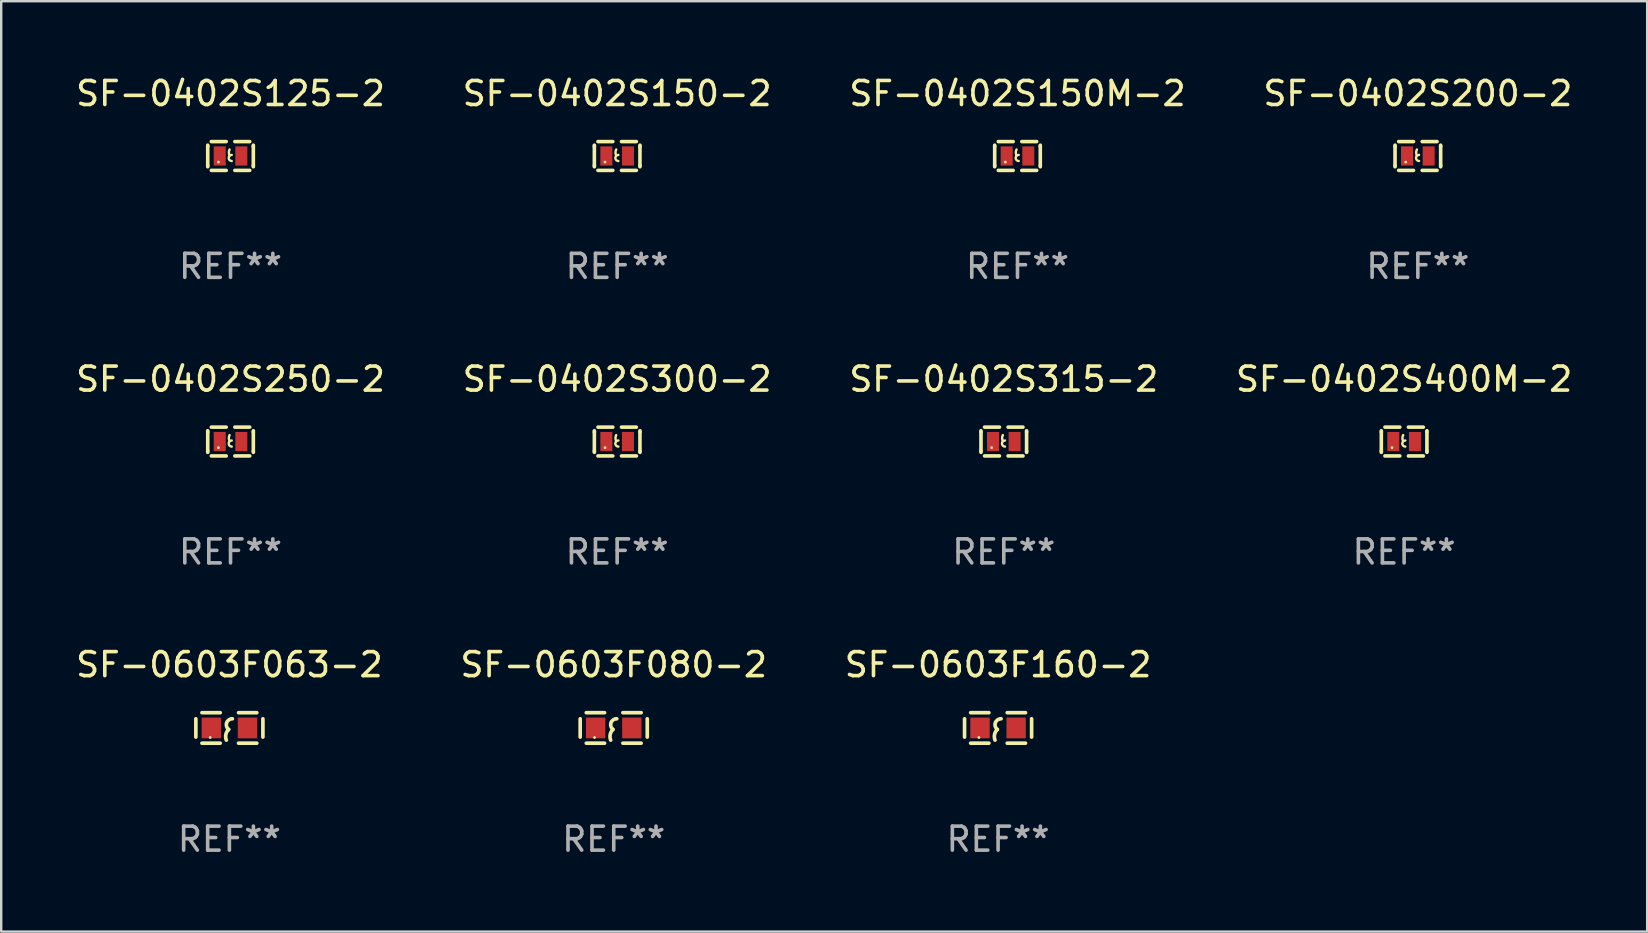
<source format=kicad_pcb>
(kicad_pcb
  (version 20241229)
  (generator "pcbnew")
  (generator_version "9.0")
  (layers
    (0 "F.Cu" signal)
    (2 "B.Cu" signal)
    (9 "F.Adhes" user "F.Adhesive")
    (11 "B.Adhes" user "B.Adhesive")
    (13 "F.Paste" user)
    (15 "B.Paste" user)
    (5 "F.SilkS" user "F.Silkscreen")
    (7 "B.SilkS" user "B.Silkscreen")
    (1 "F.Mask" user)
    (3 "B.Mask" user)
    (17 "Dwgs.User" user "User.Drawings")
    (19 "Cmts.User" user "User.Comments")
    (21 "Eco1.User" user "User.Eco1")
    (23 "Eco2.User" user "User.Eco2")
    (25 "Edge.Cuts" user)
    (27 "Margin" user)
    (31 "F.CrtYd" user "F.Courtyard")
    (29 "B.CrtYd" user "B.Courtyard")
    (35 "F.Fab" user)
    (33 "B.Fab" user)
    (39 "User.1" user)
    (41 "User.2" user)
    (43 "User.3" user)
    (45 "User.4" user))
  (footprint "SF-0603F160-2"
    (layer "F.Cu")
    (at 38.53 27.276)
    (property "Reference" "SF-0603F160-2" (at 0 -2.635 0) (layer "F.SilkS") (effects (font (size 1 1) (thickness 0.15))))
    (attr through_hole)
    (fp_line (start -1.397 -0.381) (end -1.397 0.381) (stroke (width 0.152) (type solid)) (layer "F.SilkS"))
    (fp_line (start -0.381 -0.635) (end -1.143 -0.635) (stroke (width 0.152) (type solid)) (layer "F.SilkS"))
    (fp_line (start -0.381 0.635) (end -1.143 0.635) (stroke (width 0.152) (type solid)) (layer "F.SilkS"))
    (fp_line (start 0.381 -0.635) (end 1.143 -0.635) (stroke (width 0.152) (type solid)) (layer "F.SilkS"))
    (fp_line (start 0.381 0.635) (end 1.143 0.635) (stroke (width 0.152) (type solid)) (layer "F.SilkS"))
    (fp_line (start 1.397 -0.381) (end 1.397 0.381) (stroke (width 0.152) (type solid)) (layer "F.SilkS"))
    (fp_arc (start -0.127 0.508001) (mid -0.146523 0.271131) (end -0.030861 0.0635) (stroke (width 0.151994) (type solid)) (layer "F.SilkS"))
    (fp_arc (start -0.03175 0.0635) (mid -0.113571 -0.216321) (end 0.127001 -0.381002) (stroke (width 0.151994) (type solid)) (layer "F.SilkS"))
    (fp_circle (center -0.8 0.4) (end -0.77 0.4) (stroke (width 0.06) (type solid)) (fill no) (layer "F.SilkS"))
    (fp_text user "REF**" (at 0 4.635 0) (layer "F.Fab") (effects (font (size 1 1) (thickness 0.15))))
    (pad "1" smd rect (at -0.753 0) (size 0.806 0.864) (layers "F.Cu" "F.Mask" "F.Paste"))
    (pad "2" smd rect (at 0.753 0) (size 0.806 0.864) (layers "F.Cu" "F.Mask" "F.Paste")))
  (footprint "SF-0402S150M-2"
    (layer "F.Cu")
    (at 39.339 3.448)
    (property "Reference" "SF-0402S150M-2" (at 0 -2.6 0) (layer "F.SilkS") (effects (font (size 1 1) (thickness 0.15))))
    (attr through_hole)
    (fp_line (start -0.95 -0.45) (end -0.95 -0.4) (stroke (width 0.15) (type solid)) (layer "F.SilkS"))
    (fp_line (start -0.95 -0.4) (end -0.95 0.4) (stroke (width 0.15) (type solid)) (layer "F.SilkS"))
    (fp_line (start -0.95 0.45) (end -0.95 0.4) (stroke (width 0.15) (type solid)) (layer "F.SilkS"))
    (fp_line (start -0.18 -0.6) (end -0.8 -0.6) (stroke (width 0.15) (type solid)) (layer "F.SilkS"))
    (fp_line (start -0.18 0.6) (end -0.8 0.6) (stroke (width 0.15) (type solid)) (layer "F.SilkS"))
    (fp_line (start 0.18 -0.6) (end 0.8 -0.6) (stroke (width 0.15) (type solid)) (layer "F.SilkS"))
    (fp_line (start 0.18 0.6) (end 0.8 0.6) (stroke (width 0.15) (type solid)) (layer "F.SilkS"))
    (fp_line (start 0.95 -0.45) (end 0.95 -0.4) (stroke (width 0.15) (type solid)) (layer "F.SilkS"))
    (fp_line (start 0.95 -0.4) (end 0.95 0.4) (stroke (width 0.15) (type solid)) (layer "F.SilkS"))
    (fp_line (start 0.95 0.45) (end 0.95 0.4) (stroke (width 0.15) (type solid)) (layer "F.SilkS"))
    (fp_arc (start -0.039942 -0.016052) (mid -0.069923 -0.143053) (end -0.039942 -0.270053) (stroke (width 0.1) (type solid)) (layer "F.SilkS"))
    (fp_arc (start 0.050076 0.209957) (mid -0.076924 0.082957) (end 0.050076 -0.044043) (stroke (width 0.1) (type solid)) (layer "F.SilkS"))
    (fp_circle (center -0.505 0.253) (end -0.475 0.253) (stroke (width 0.06) (type solid)) (fill no) (layer "F.SilkS"))
    (fp_text user "REF**" (at 0 4.6 0) (layer "F.Fab") (effects (font (size 1 1) (thickness 0.15))))
    (pad "1" smd rect (at -0.45 -0.000051) (size 0.5 0.8) (layers "F.Cu" "F.Mask" "F.Paste"))
    (pad "2" smd rect (at 0.45 -0.000051) (size 0.5 0.8) (layers "F.Cu" "F.Mask" "F.Paste")))
  (footprint "SF-0402S125-2"
    (layer "F.Cu")
    (at 6.554 3.448)
    (property "Reference" "SF-0402S125-2" (at 0 -2.6 0) (layer "F.SilkS") (effects (font (size 1 1) (thickness 0.15))))
    (attr through_hole)
    (fp_line (start -0.95 -0.45) (end -0.95 -0.4) (stroke (width 0.15) (type solid)) (layer "F.SilkS"))
    (fp_line (start -0.95 -0.4) (end -0.95 0.4) (stroke (width 0.15) (type solid)) (layer "F.SilkS"))
    (fp_line (start -0.95 0.45) (end -0.95 0.4) (stroke (width 0.15) (type solid)) (layer "F.SilkS"))
    (fp_line (start -0.18 -0.6) (end -0.8 -0.6) (stroke (width 0.15) (type solid)) (layer "F.SilkS"))
    (fp_line (start -0.18 0.6) (end -0.8 0.6) (stroke (width 0.15) (type solid)) (layer "F.SilkS"))
    (fp_line (start 0.18 -0.6) (end 0.8 -0.6) (stroke (width 0.15) (type solid)) (layer "F.SilkS"))
    (fp_line (start 0.18 0.6) (end 0.8 0.6) (stroke (width 0.15) (type solid)) (layer "F.SilkS"))
    (fp_line (start 0.95 -0.45) (end 0.95 -0.4) (stroke (width 0.15) (type solid)) (layer "F.SilkS"))
    (fp_line (start 0.95 -0.4) (end 0.95 0.4) (stroke (width 0.15) (type solid)) (layer "F.SilkS"))
    (fp_line (start 0.95 0.45) (end 0.95 0.4) (stroke (width 0.15) (type solid)) (layer "F.SilkS"))
    (fp_arc (start -0.039942 -0.016052) (mid -0.069923 -0.143053) (end -0.039942 -0.270053) (stroke (width 0.1) (type solid)) (layer "F.SilkS"))
    (fp_arc (start 0.050076 0.209957) (mid -0.076924 0.082957) (end 0.050076 -0.044043) (stroke (width 0.1) (type solid)) (layer "F.SilkS"))
    (fp_circle (center -0.505 0.253) (end -0.475 0.253) (stroke (width 0.06) (type solid)) (fill no) (layer "F.SilkS"))
    (fp_text user "REF**" (at 0 4.6 0) (layer "F.Fab") (effects (font (size 1 1) (thickness 0.15))))
    (pad "1" smd rect (at -0.45 -0.000051) (size 0.5 0.8) (layers "F.Cu" "F.Mask" "F.Paste"))
    (pad "2" smd rect (at 0.45 -0.000051) (size 0.5 0.8) (layers "F.Cu" "F.Mask" "F.Paste")))
  (footprint "SF-0603F063-2"
    (layer "F.Cu")
    (at 6.506 27.276)
    (property "Reference" "SF-0603F063-2" (at 0 -2.635 0) (layer "F.SilkS") (effects (font (size 1 1) (thickness 0.15))))
    (attr through_hole)
    (fp_line (start -1.397 -0.381) (end -1.397 0.381) (stroke (width 0.152) (type solid)) (layer "F.SilkS"))
    (fp_line (start -0.381 -0.635) (end -1.143 -0.635) (stroke (width 0.152) (type solid)) (layer "F.SilkS"))
    (fp_line (start -0.381 0.635) (end -1.143 0.635) (stroke (width 0.152) (type solid)) (layer "F.SilkS"))
    (fp_line (start 0.381 -0.635) (end 1.143 -0.635) (stroke (width 0.152) (type solid)) (layer "F.SilkS"))
    (fp_line (start 0.381 0.635) (end 1.143 0.635) (stroke (width 0.152) (type solid)) (layer "F.SilkS"))
    (fp_line (start 1.397 -0.381) (end 1.397 0.381) (stroke (width 0.152) (type solid)) (layer "F.SilkS"))
    (fp_arc (start -0.127 0.508001) (mid -0.146523 0.271131) (end -0.030861 0.0635) (stroke (width 0.151994) (type solid)) (layer "F.SilkS"))
    (fp_arc (start -0.03175 0.0635) (mid -0.113571 -0.216321) (end 0.127001 -0.381002) (stroke (width 0.151994) (type solid)) (layer "F.SilkS"))
    (fp_circle (center -0.8 0.4) (end -0.77 0.4) (stroke (width 0.06) (type solid)) (fill no) (layer "F.SilkS"))
    (fp_text user "REF**" (at 0 4.635 0) (layer "F.Fab") (effects (font (size 1 1) (thickness 0.15))))
    (pad "1" smd rect (at -0.753 0) (size 0.806 0.864) (layers "F.Cu" "F.Mask" "F.Paste"))
    (pad "2" smd rect (at 0.753 0) (size 0.806 0.864) (layers "F.Cu" "F.Mask" "F.Paste")))
  (footprint "SF-0402S400M-2"
    (layer "F.Cu")
    (at 55.446 15.345)
    (property "Reference" "SF-0402S400M-2" (at 0 -2.6 0) (layer "F.SilkS") (effects (font (size 1 1) (thickness 0.15))))
    (attr through_hole)
    (fp_line (start -0.95 -0.45) (end -0.95 -0.4) (stroke (width 0.15) (type solid)) (layer "F.SilkS"))
    (fp_line (start -0.95 -0.4) (end -0.95 0.4) (stroke (width 0.15) (type solid)) (layer "F.SilkS"))
    (fp_line (start -0.95 0.45) (end -0.95 0.4) (stroke (width 0.15) (type solid)) (layer "F.SilkS"))
    (fp_line (start -0.18 -0.6) (end -0.8 -0.6) (stroke (width 0.15) (type solid)) (layer "F.SilkS"))
    (fp_line (start -0.18 0.6) (end -0.8 0.6) (stroke (width 0.15) (type solid)) (layer "F.SilkS"))
    (fp_line (start 0.18 -0.6) (end 0.8 -0.6) (stroke (width 0.15) (type solid)) (layer "F.SilkS"))
    (fp_line (start 0.18 0.6) (end 0.8 0.6) (stroke (width 0.15) (type solid)) (layer "F.SilkS"))
    (fp_line (start 0.95 -0.45) (end 0.95 -0.4) (stroke (width 0.15) (type solid)) (layer "F.SilkS"))
    (fp_line (start 0.95 -0.4) (end 0.95 0.4) (stroke (width 0.15) (type solid)) (layer "F.SilkS"))
    (fp_line (start 0.95 0.45) (end 0.95 0.4) (stroke (width 0.15) (type solid)) (layer "F.SilkS"))
    (fp_arc (start -0.039942 -0.016052) (mid -0.069923 -0.143053) (end -0.039942 -0.270053) (stroke (width 0.1) (type solid)) (layer "F.SilkS"))
    (fp_arc (start 0.050076 0.209957) (mid -0.076924 0.082957) (end 0.050076 -0.044043) (stroke (width 0.1) (type solid)) (layer "F.SilkS"))
    (fp_circle (center -0.505 0.253) (end -0.475 0.253) (stroke (width 0.06) (type solid)) (fill no) (layer "F.SilkS"))
    (fp_text user "REF**" (at 0 4.6 0) (layer "F.Fab") (effects (font (size 1 1) (thickness 0.15))))
    (pad "1" smd rect (at -0.45 -0.000051) (size 0.5 0.8) (layers "F.Cu" "F.Mask" "F.Paste"))
    (pad "2" smd rect (at 0.45 -0.000051) (size 0.5 0.8) (layers "F.Cu" "F.Mask" "F.Paste")))
  (footprint "SF-0402S315-2"
    (layer "F.Cu")
    (at 38.768 15.345)
    (property "Reference" "SF-0402S315-2" (at 0 -2.6 0) (layer "F.SilkS") (effects (font (size 1 1) (thickness 0.15))))
    (attr through_hole)
    (fp_line (start -0.95 -0.45) (end -0.95 -0.4) (stroke (width 0.15) (type solid)) (layer "F.SilkS"))
    (fp_line (start -0.95 -0.4) (end -0.95 0.4) (stroke (width 0.15) (type solid)) (layer "F.SilkS"))
    (fp_line (start -0.95 0.45) (end -0.95 0.4) (stroke (width 0.15) (type solid)) (layer "F.SilkS"))
    (fp_line (start -0.18 -0.6) (end -0.8 -0.6) (stroke (width 0.15) (type solid)) (layer "F.SilkS"))
    (fp_line (start -0.18 0.6) (end -0.8 0.6) (stroke (width 0.15) (type solid)) (layer "F.SilkS"))
    (fp_line (start 0.18 -0.6) (end 0.8 -0.6) (stroke (width 0.15) (type solid)) (layer "F.SilkS"))
    (fp_line (start 0.18 0.6) (end 0.8 0.6) (stroke (width 0.15) (type solid)) (layer "F.SilkS"))
    (fp_line (start 0.95 -0.45) (end 0.95 -0.4) (stroke (width 0.15) (type solid)) (layer "F.SilkS"))
    (fp_line (start 0.95 -0.4) (end 0.95 0.4) (stroke (width 0.15) (type solid)) (layer "F.SilkS"))
    (fp_line (start 0.95 0.45) (end 0.95 0.4) (stroke (width 0.15) (type solid)) (layer "F.SilkS"))
    (fp_arc (start -0.039942 -0.016052) (mid -0.069923 -0.143053) (end -0.039942 -0.270053) (stroke (width 0.1) (type solid)) (layer "F.SilkS"))
    (fp_arc (start 0.050076 0.209957) (mid -0.076924 0.082957) (end 0.050076 -0.044043) (stroke (width 0.1) (type solid)) (layer "F.SilkS"))
    (fp_circle (center -0.505 0.253) (end -0.475 0.253) (stroke (width 0.06) (type solid)) (fill no) (layer "F.SilkS"))
    (fp_text user "REF**" (at 0 4.6 0) (layer "F.Fab") (effects (font (size 1 1) (thickness 0.15))))
    (pad "1" smd rect (at -0.45 -0.000051) (size 0.5 0.8) (layers "F.Cu" "F.Mask" "F.Paste"))
    (pad "2" smd rect (at 0.45 -0.000051) (size 0.5 0.8) (layers "F.Cu" "F.Mask" "F.Paste")))
  (footprint "SF-0402S200-2"
    (layer "F.Cu")
    (at 56.018 3.448)
    (property "Reference" "SF-0402S200-2" (at 0 -2.6 0) (layer "F.SilkS") (effects (font (size 1 1) (thickness 0.15))))
    (attr through_hole)
    (fp_line (start -0.95 -0.45) (end -0.95 -0.4) (stroke (width 0.15) (type solid)) (layer "F.SilkS"))
    (fp_line (start -0.95 -0.4) (end -0.95 0.4) (stroke (width 0.15) (type solid)) (layer "F.SilkS"))
    (fp_line (start -0.95 0.45) (end -0.95 0.4) (stroke (width 0.15) (type solid)) (layer "F.SilkS"))
    (fp_line (start -0.18 -0.6) (end -0.8 -0.6) (stroke (width 0.15) (type solid)) (layer "F.SilkS"))
    (fp_line (start -0.18 0.6) (end -0.8 0.6) (stroke (width 0.15) (type solid)) (layer "F.SilkS"))
    (fp_line (start 0.18 -0.6) (end 0.8 -0.6) (stroke (width 0.15) (type solid)) (layer "F.SilkS"))
    (fp_line (start 0.18 0.6) (end 0.8 0.6) (stroke (width 0.15) (type solid)) (layer "F.SilkS"))
    (fp_line (start 0.95 -0.45) (end 0.95 -0.4) (stroke (width 0.15) (type solid)) (layer "F.SilkS"))
    (fp_line (start 0.95 -0.4) (end 0.95 0.4) (stroke (width 0.15) (type solid)) (layer "F.SilkS"))
    (fp_line (start 0.95 0.45) (end 0.95 0.4) (stroke (width 0.15) (type solid)) (layer "F.SilkS"))
    (fp_arc (start -0.039942 -0.016052) (mid -0.069923 -0.143053) (end -0.039942 -0.270053) (stroke (width 0.1) (type solid)) (layer "F.SilkS"))
    (fp_arc (start 0.050076 0.209957) (mid -0.076924 0.082957) (end 0.050076 -0.044043) (stroke (width 0.1) (type solid)) (layer "F.SilkS"))
    (fp_circle (center -0.505 0.253) (end -0.475 0.253) (stroke (width 0.06) (type solid)) (fill no) (layer "F.SilkS"))
    (fp_text user "REF**" (at 0 4.6 0) (layer "F.Fab") (effects (font (size 1 1) (thickness 0.15))))
    (pad "1" smd rect (at -0.45 -0.000051) (size 0.5 0.8) (layers "F.Cu" "F.Mask" "F.Paste"))
    (pad "2" smd rect (at 0.45 -0.000051) (size 0.5 0.8) (layers "F.Cu" "F.Mask" "F.Paste")))
  (footprint "SF-0402S250-2"
    (layer "F.Cu")
    (at 6.554 15.345)
    (property "Reference" "SF-0402S250-2" (at 0 -2.6 0) (layer "F.SilkS") (effects (font (size 1 1) (thickness 0.15))))
    (attr through_hole)
    (fp_line (start -0.95 -0.45) (end -0.95 -0.4) (stroke (width 0.15) (type solid)) (layer "F.SilkS"))
    (fp_line (start -0.95 -0.4) (end -0.95 0.4) (stroke (width 0.15) (type solid)) (layer "F.SilkS"))
    (fp_line (start -0.95 0.45) (end -0.95 0.4) (stroke (width 0.15) (type solid)) (layer "F.SilkS"))
    (fp_line (start -0.18 -0.6) (end -0.8 -0.6) (stroke (width 0.15) (type solid)) (layer "F.SilkS"))
    (fp_line (start -0.18 0.6) (end -0.8 0.6) (stroke (width 0.15) (type solid)) (layer "F.SilkS"))
    (fp_line (start 0.18 -0.6) (end 0.8 -0.6) (stroke (width 0.15) (type solid)) (layer "F.SilkS"))
    (fp_line (start 0.18 0.6) (end 0.8 0.6) (stroke (width 0.15) (type solid)) (layer "F.SilkS"))
    (fp_line (start 0.95 -0.45) (end 0.95 -0.4) (stroke (width 0.15) (type solid)) (layer "F.SilkS"))
    (fp_line (start 0.95 -0.4) (end 0.95 0.4) (stroke (width 0.15) (type solid)) (layer "F.SilkS"))
    (fp_line (start 0.95 0.45) (end 0.95 0.4) (stroke (width 0.15) (type solid)) (layer "F.SilkS"))
    (fp_arc (start -0.039942 -0.016052) (mid -0.069923 -0.143053) (end -0.039942 -0.270053) (stroke (width 0.1) (type solid)) (layer "F.SilkS"))
    (fp_arc (start 0.050076 0.209957) (mid -0.076924 0.082957) (end 0.050076 -0.044043) (stroke (width 0.1) (type solid)) (layer "F.SilkS"))
    (fp_circle (center -0.505 0.253) (end -0.475 0.253) (stroke (width 0.06) (type solid)) (fill no) (layer "F.SilkS"))
    (fp_text user "REF**" (at 0 4.6 0) (layer "F.Fab") (effects (font (size 1 1) (thickness 0.15))))
    (pad "1" smd rect (at -0.45 -0.000051) (size 0.5 0.8) (layers "F.Cu" "F.Mask" "F.Paste"))
    (pad "2" smd rect (at 0.45 -0.000051) (size 0.5 0.8) (layers "F.Cu" "F.Mask" "F.Paste")))
  (footprint "SF-0603F080-2"
    (layer "F.Cu")
    (at 22.518 27.276)
    (property "Reference" "SF-0603F080-2" (at 0 -2.635 0) (layer "F.SilkS") (effects (font (size 1 1) (thickness 0.15))))
    (attr through_hole)
    (fp_line (start -1.397 -0.381) (end -1.397 0.381) (stroke (width 0.152) (type solid)) (layer "F.SilkS"))
    (fp_line (start -0.381 -0.635) (end -1.143 -0.635) (stroke (width 0.152) (type solid)) (layer "F.SilkS"))
    (fp_line (start -0.381 0.635) (end -1.143 0.635) (stroke (width 0.152) (type solid)) (layer "F.SilkS"))
    (fp_line (start 0.381 -0.635) (end 1.143 -0.635) (stroke (width 0.152) (type solid)) (layer "F.SilkS"))
    (fp_line (start 0.381 0.635) (end 1.143 0.635) (stroke (width 0.152) (type solid)) (layer "F.SilkS"))
    (fp_line (start 1.397 -0.381) (end 1.397 0.381) (stroke (width 0.152) (type solid)) (layer "F.SilkS"))
    (fp_arc (start -0.127 0.508001) (mid -0.146523 0.271131) (end -0.030861 0.0635) (stroke (width 0.151994) (type solid)) (layer "F.SilkS"))
    (fp_arc (start -0.03175 0.0635) (mid -0.113571 -0.216321) (end 0.127001 -0.381002) (stroke (width 0.151994) (type solid)) (layer "F.SilkS"))
    (fp_circle (center -0.8 0.4) (end -0.77 0.4) (stroke (width 0.06) (type solid)) (fill no) (layer "F.SilkS"))
    (fp_text user "REF**" (at 0 4.635 0) (layer "F.Fab") (effects (font (size 1 1) (thickness 0.15))))
    (pad "1" smd rect (at -0.753 0) (size 0.806 0.864) (layers "F.Cu" "F.Mask" "F.Paste"))
    (pad "2" smd rect (at 0.753 0) (size 0.806 0.864) (layers "F.Cu" "F.Mask" "F.Paste")))
  (footprint "SF-0402S300-2"
    (layer "F.Cu")
    (at 22.661 15.345)
    (property "Reference" "SF-0402S300-2" (at 0 -2.6 0) (layer "F.SilkS") (effects (font (size 1 1) (thickness 0.15))))
    (attr through_hole)
    (fp_line (start -0.95 -0.45) (end -0.95 -0.4) (stroke (width 0.15) (type solid)) (layer "F.SilkS"))
    (fp_line (start -0.95 -0.4) (end -0.95 0.4) (stroke (width 0.15) (type solid)) (layer "F.SilkS"))
    (fp_line (start -0.95 0.45) (end -0.95 0.4) (stroke (width 0.15) (type solid)) (layer "F.SilkS"))
    (fp_line (start -0.18 -0.6) (end -0.8 -0.6) (stroke (width 0.15) (type solid)) (layer "F.SilkS"))
    (fp_line (start -0.18 0.6) (end -0.8 0.6) (stroke (width 0.15) (type solid)) (layer "F.SilkS"))
    (fp_line (start 0.18 -0.6) (end 0.8 -0.6) (stroke (width 0.15) (type solid)) (layer "F.SilkS"))
    (fp_line (start 0.18 0.6) (end 0.8 0.6) (stroke (width 0.15) (type solid)) (layer "F.SilkS"))
    (fp_line (start 0.95 -0.45) (end 0.95 -0.4) (stroke (width 0.15) (type solid)) (layer "F.SilkS"))
    (fp_line (start 0.95 -0.4) (end 0.95 0.4) (stroke (width 0.15) (type solid)) (layer "F.SilkS"))
    (fp_line (start 0.95 0.45) (end 0.95 0.4) (stroke (width 0.15) (type solid)) (layer "F.SilkS"))
    (fp_arc (start -0.039942 -0.016052) (mid -0.069923 -0.143053) (end -0.039942 -0.270053) (stroke (width 0.1) (type solid)) (layer "F.SilkS"))
    (fp_arc (start 0.050076 0.209957) (mid -0.076924 0.082957) (end 0.050076 -0.044043) (stroke (width 0.1) (type solid)) (layer "F.SilkS"))
    (fp_circle (center -0.505 0.253) (end -0.475 0.253) (stroke (width 0.06) (type solid)) (fill no) (layer "F.SilkS"))
    (fp_text user "REF**" (at 0 4.6 0) (layer "F.Fab") (effects (font (size 1 1) (thickness 0.15))))
    (pad "1" smd rect (at -0.45 -0.000051) (size 0.5 0.8) (layers "F.Cu" "F.Mask" "F.Paste"))
    (pad "2" smd rect (at 0.45 -0.000051) (size 0.5 0.8) (layers "F.Cu" "F.Mask" "F.Paste")))
  (footprint "SF-0402S150-2"
    (layer "F.Cu")
    (at 22.661 3.448)
    (property "Reference" "SF-0402S150-2" (at 0 -2.6 0) (layer "F.SilkS") (effects (font (size 1 1) (thickness 0.15))))
    (attr through_hole)
    (fp_line (start -0.95 -0.45) (end -0.95 -0.4) (stroke (width 0.15) (type solid)) (layer "F.SilkS"))
    (fp_line (start -0.95 -0.4) (end -0.95 0.4) (stroke (width 0.15) (type solid)) (layer "F.SilkS"))
    (fp_line (start -0.95 0.45) (end -0.95 0.4) (stroke (width 0.15) (type solid)) (layer "F.SilkS"))
    (fp_line (start -0.18 -0.6) (end -0.8 -0.6) (stroke (width 0.15) (type solid)) (layer "F.SilkS"))
    (fp_line (start -0.18 0.6) (end -0.8 0.6) (stroke (width 0.15) (type solid)) (layer "F.SilkS"))
    (fp_line (start 0.18 -0.6) (end 0.8 -0.6) (stroke (width 0.15) (type solid)) (layer "F.SilkS"))
    (fp_line (start 0.18 0.6) (end 0.8 0.6) (stroke (width 0.15) (type solid)) (layer "F.SilkS"))
    (fp_line (start 0.95 -0.45) (end 0.95 -0.4) (stroke (width 0.15) (type solid)) (layer "F.SilkS"))
    (fp_line (start 0.95 -0.4) (end 0.95 0.4) (stroke (width 0.15) (type solid)) (layer "F.SilkS"))
    (fp_line (start 0.95 0.45) (end 0.95 0.4) (stroke (width 0.15) (type solid)) (layer "F.SilkS"))
    (fp_arc (start -0.039942 -0.016052) (mid -0.069923 -0.143053) (end -0.039942 -0.270053) (stroke (width 0.1) (type solid)) (layer "F.SilkS"))
    (fp_arc (start 0.050076 0.209957) (mid -0.076924 0.082957) (end 0.050076 -0.044043) (stroke (width 0.1) (type solid)) (layer "F.SilkS"))
    (fp_circle (center -0.505 0.253) (end -0.475 0.253) (stroke (width 0.06) (type solid)) (fill no) (layer "F.SilkS"))
    (fp_text user "REF**" (at 0 4.6 0) (layer "F.Fab") (effects (font (size 1 1) (thickness 0.15))))
    (pad "1" smd rect (at -0.45 -0.000051) (size 0.5 0.8) (layers "F.Cu" "F.Mask" "F.Paste"))
    (pad "2" smd rect (at 0.45 -0.000051) (size 0.5 0.8) (layers "F.Cu" "F.Mask" "F.Paste")))
  (gr_rect
    (start -3 -3)
    (end 65.571 35.76)
    (stroke (width 0.1) (type default))
    (fill no)
    (layer "Edge.Cuts")))
</source>
